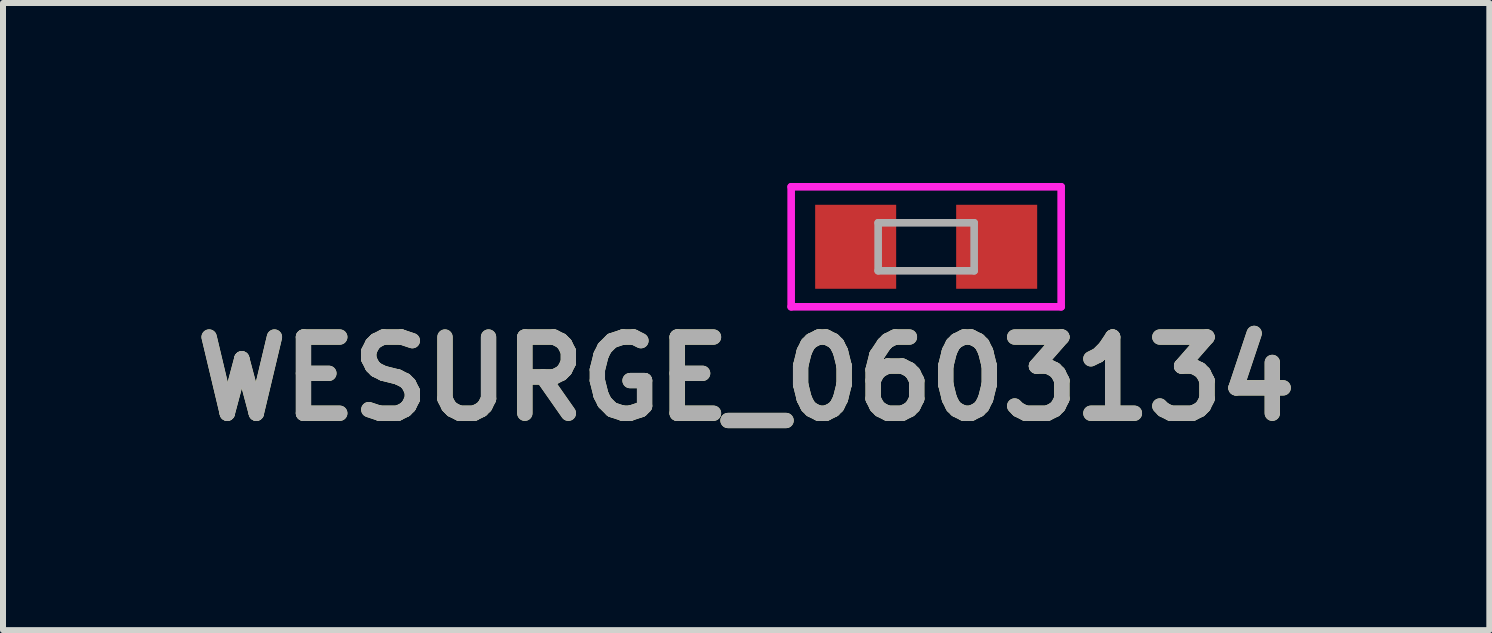
<source format=kicad_pcb>
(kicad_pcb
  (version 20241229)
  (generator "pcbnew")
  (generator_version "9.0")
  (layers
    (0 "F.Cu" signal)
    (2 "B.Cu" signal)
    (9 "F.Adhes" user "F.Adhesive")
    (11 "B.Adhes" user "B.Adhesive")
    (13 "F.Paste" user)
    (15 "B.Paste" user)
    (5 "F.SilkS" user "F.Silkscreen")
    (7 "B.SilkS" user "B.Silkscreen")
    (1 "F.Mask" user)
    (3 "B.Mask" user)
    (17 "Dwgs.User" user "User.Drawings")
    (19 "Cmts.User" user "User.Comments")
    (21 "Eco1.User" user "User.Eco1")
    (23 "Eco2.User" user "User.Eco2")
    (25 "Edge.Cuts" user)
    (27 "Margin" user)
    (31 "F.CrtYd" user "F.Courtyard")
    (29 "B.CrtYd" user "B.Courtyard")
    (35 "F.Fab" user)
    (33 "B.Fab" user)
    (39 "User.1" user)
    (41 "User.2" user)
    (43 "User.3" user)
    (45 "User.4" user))
  (footprint "WESURGE_0603134"
    (layer "F.Cu")
    (at 12.386 1.063)
    (property "Reference" "WESURGE_0603134" (at -3 2.2 0) (layer "F.SilkS") (effects (font (size 1.27 1.27) (thickness 0.254))))
    (attr smd)
    (fp_line (start -2.25 -1) (end 2.25 -1) (stroke (width 0.127) (type solid)) (layer "F.CrtYd"))
    (fp_line (start -2.25 1) (end -2.25 -1) (stroke (width 0.127) (type solid)) (layer "F.CrtYd"))
    (fp_line (start 2.25 -1) (end 2.25 1) (stroke (width 0.127) (type solid)) (layer "F.CrtYd"))
    (fp_line (start 2.25 1) (end -2.25 1) (stroke (width 0.127) (type solid)) (layer "F.CrtYd"))
    (fp_line (start -0.8 -0.4) (end -0.8 0.4) (stroke (width 0.127) (type solid)) (layer "F.Fab"))
    (fp_line (start -0.8 -0.4) (end 0.8 -0.4) (stroke (width 0.127) (type solid)) (layer "F.Fab"))
    (fp_line (start -0.8 0.4) (end 0.8 0.4) (stroke (width 0.127) (type solid)) (layer "F.Fab"))
    (fp_line (start 0.8 -0.4) (end 0.8 0.4) (stroke (width 0.127) (type solid)) (layer "F.Fab"))
    (fp_text user "${REFERENCE}" (at -3 2.2 0) (layer "F.Fab") (effects (font (size 1.27 1.27) (thickness 0.254))))
    (pad "1" smd rect (at -1.175 0) (size 1.35 1.4) (layers "F.Cu" "F.Mask" "F.Paste"))
    (pad "2" smd rect (at 1.175 0) (size 1.35 1.4) (layers "F.Cu" "F.Mask" "F.Paste")))
  (gr_rect
    (start -3 -3)
    (end 21.772 7.452)
    (stroke (width 0.1) (type default))
    (fill no)
    (layer "Edge.Cuts")))
</source>
